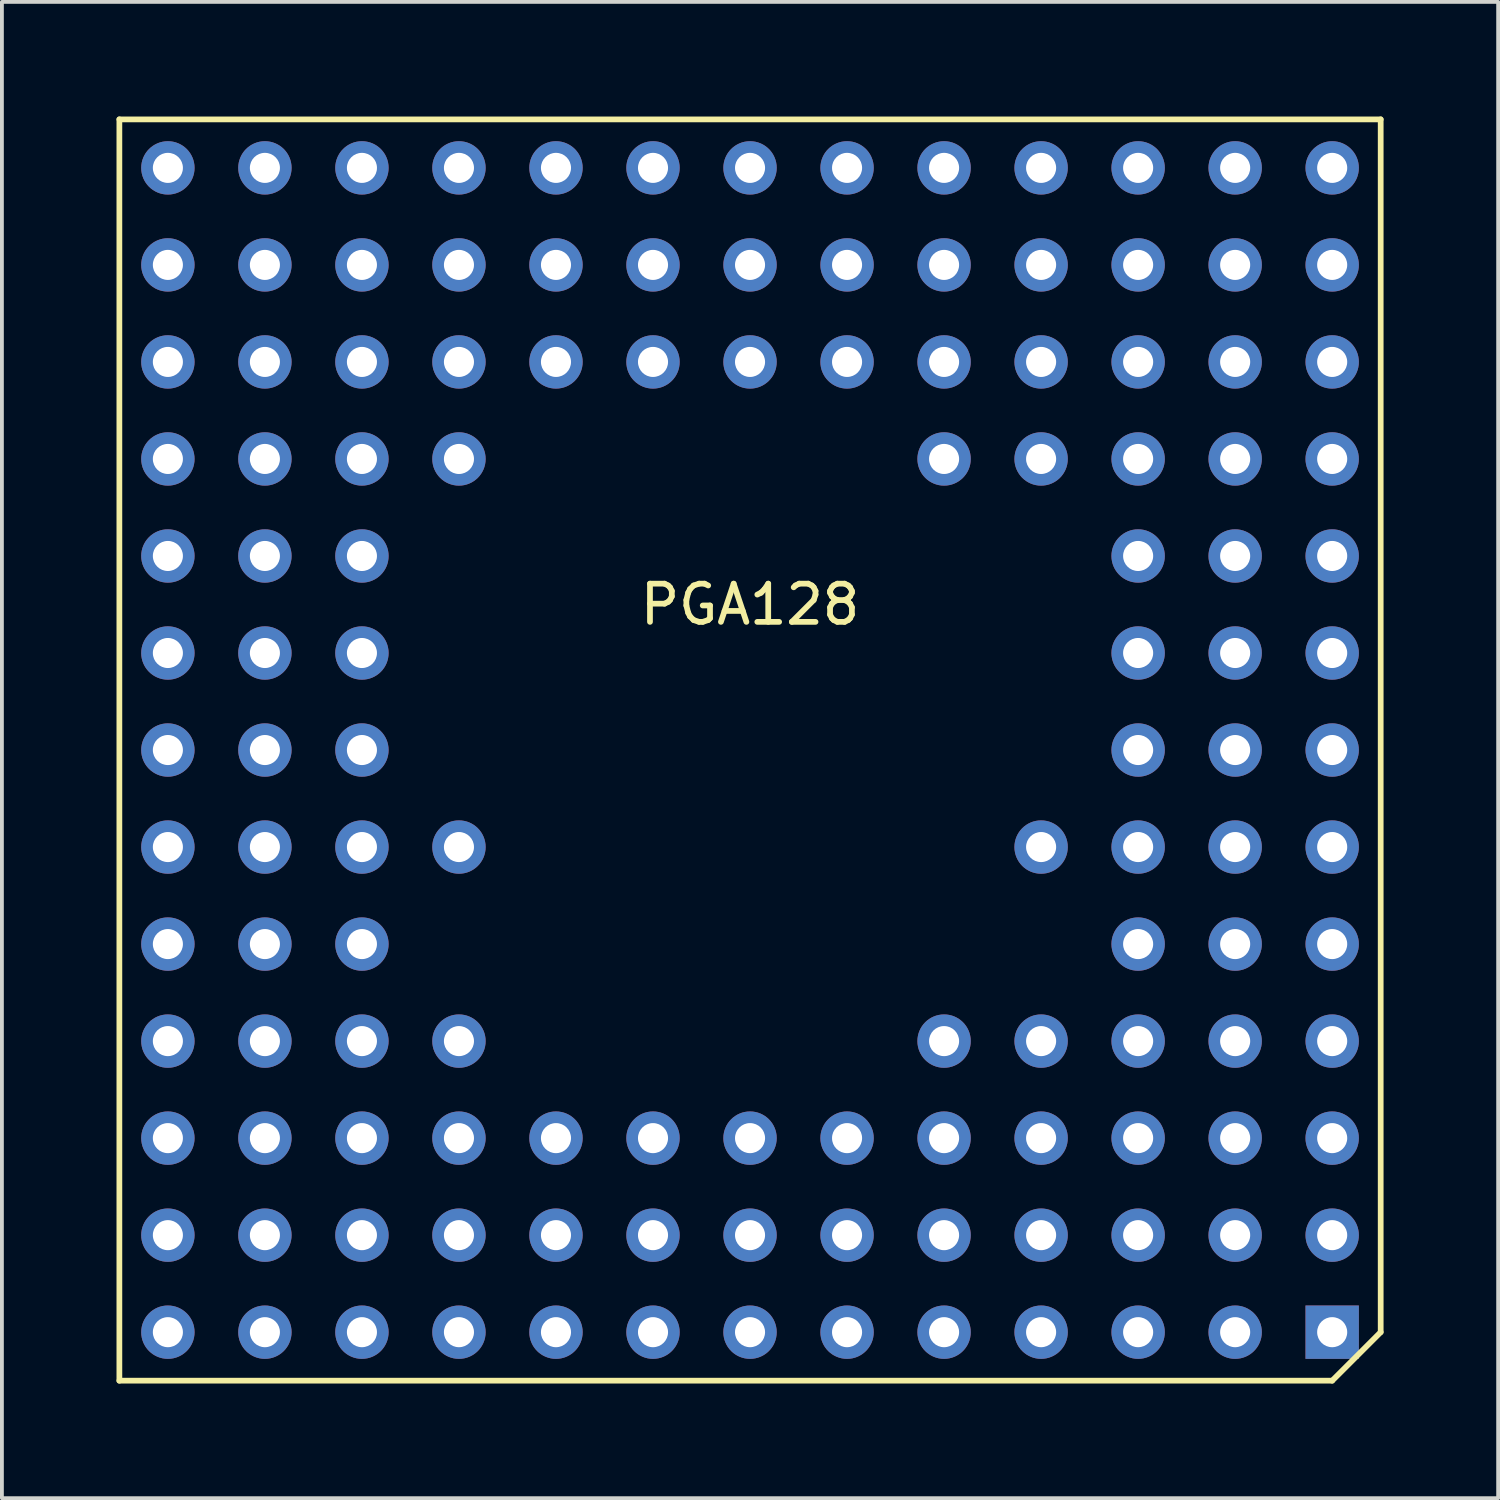
<source format=kicad_pcb>
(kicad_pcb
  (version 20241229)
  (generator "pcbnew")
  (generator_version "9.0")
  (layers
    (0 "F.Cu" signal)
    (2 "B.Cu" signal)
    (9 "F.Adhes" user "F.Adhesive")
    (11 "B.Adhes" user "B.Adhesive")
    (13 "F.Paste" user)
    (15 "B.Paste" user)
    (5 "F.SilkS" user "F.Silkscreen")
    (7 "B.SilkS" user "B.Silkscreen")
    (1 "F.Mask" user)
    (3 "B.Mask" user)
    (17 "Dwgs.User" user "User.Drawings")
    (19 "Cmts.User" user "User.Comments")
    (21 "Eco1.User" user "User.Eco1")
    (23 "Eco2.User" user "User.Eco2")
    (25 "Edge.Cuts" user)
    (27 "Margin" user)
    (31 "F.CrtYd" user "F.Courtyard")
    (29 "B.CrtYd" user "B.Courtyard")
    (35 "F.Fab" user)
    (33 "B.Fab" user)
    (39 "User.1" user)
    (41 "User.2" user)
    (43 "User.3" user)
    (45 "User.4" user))
  (footprint "PGA128"
    (layer "F.Cu")
    (at 16.585 16.585)
    (property "Reference" "PGA128" (at 0 -3.81 0) (layer "F.SilkS") (effects (font (size 1 1) (thickness 0.15))))
    (attr through_hole)
    (fp_line (start -16.51 -16.51) (end -16.51 16.51) (stroke (width 0.15) (type solid)) (layer "F.SilkS"))
    (fp_line (start -16.51 16.51) (end 15.24 16.51) (stroke (width 0.15) (type solid)) (layer "F.SilkS"))
    (fp_line (start 16.51 -16.51) (end -16.51 -16.51) (stroke (width 0.15) (type solid)) (layer "F.SilkS"))
    (fp_line (start 16.51 15.24) (end 15.24 16.51) (stroke (width 0.15) (type solid)) (layer "F.SilkS"))
    (fp_line (start 16.51 15.24) (end 16.51 -16.51) (stroke (width 0.15) (type solid)) (layer "F.SilkS"))
    (pad "A1" thru_hole rect (at 15.24 15.24) (size 1.397 1.397) (drill 0.787) (layers "*.Cu" "*.Mask"))
    (pad "A2" thru_hole circle (at 12.7 15.24) (size 1.397 1.397) (drill 0.787) (layers "*.Cu" "*.Mask"))
    (pad "A3" thru_hole circle (at 10.16 15.24) (size 1.397 1.397) (drill 0.787) (layers "*.Cu" "*.Mask"))
    (pad "A4" thru_hole circle (at 7.62 15.24) (size 1.397 1.397) (drill 0.787) (layers "*.Cu" "*.Mask"))
    (pad "A5" thru_hole circle (at 5.08 15.24) (size 1.397 1.397) (drill 0.787) (layers "*.Cu" "*.Mask"))
    (pad "A6" thru_hole circle (at 2.54 15.24) (size 1.397 1.397) (drill 0.787) (layers "*.Cu" "*.Mask"))
    (pad "A7" thru_hole circle (at 0 15.24) (size 1.397 1.397) (drill 0.787) (layers "*.Cu" "*.Mask"))
    (pad "A8" thru_hole circle (at -2.54 15.24) (size 1.397 1.397) (drill 0.787) (layers "*.Cu" "*.Mask"))
    (pad "A9" thru_hole circle (at -5.08 15.24) (size 1.397 1.397) (drill 0.787) (layers "*.Cu" "*.Mask"))
    (pad "A10" thru_hole circle (at -7.62 15.24) (size 1.397 1.397) (drill 0.787) (layers "*.Cu" "*.Mask"))
    (pad "A11" thru_hole circle (at -10.16 15.24) (size 1.397 1.397) (drill 0.787) (layers "*.Cu" "*.Mask"))
    (pad "A12" thru_hole circle (at -12.7 15.24) (size 1.397 1.397) (drill 0.787) (layers "*.Cu" "*.Mask"))
    (pad "A13" thru_hole circle (at -15.24 15.24) (size 1.397 1.397) (drill 0.787) (layers "*.Cu" "*.Mask"))
    (pad "B1" thru_hole circle (at 15.24 12.7) (size 1.397 1.397) (drill 0.787) (layers "*.Cu" "*.Mask"))
    (pad "B2" thru_hole circle (at 12.7 12.7) (size 1.397 1.397) (drill 0.787) (layers "*.Cu" "*.Mask"))
    (pad "B3" thru_hole circle (at 10.16 12.7) (size 1.397 1.397) (drill 0.787) (layers "*.Cu" "*.Mask"))
    (pad "B4" thru_hole circle (at 7.62 12.7) (size 1.397 1.397) (drill 0.787) (layers "*.Cu" "*.Mask"))
    (pad "B5" thru_hole circle (at 5.08 12.7) (size 1.397 1.397) (drill 0.787) (layers "*.Cu" "*.Mask"))
    (pad "B6" thru_hole circle (at 2.54 12.7) (size 1.397 1.397) (drill 0.787) (layers "*.Cu" "*.Mask"))
    (pad "B7" thru_hole circle (at 0 12.7) (size 1.397 1.397) (drill 0.787) (layers "*.Cu" "*.Mask"))
    (pad "B8" thru_hole circle (at -2.54 12.7) (size 1.397 1.397) (drill 0.787) (layers "*.Cu" "*.Mask"))
    (pad "B9" thru_hole circle (at -5.08 12.7) (size 1.397 1.397) (drill 0.787) (layers "*.Cu" "*.Mask"))
    (pad "B10" thru_hole circle (at -7.62 12.7) (size 1.397 1.397) (drill 0.787) (layers "*.Cu" "*.Mask"))
    (pad "B11" thru_hole circle (at -10.16 12.7) (size 1.397 1.397) (drill 0.787) (layers "*.Cu" "*.Mask"))
    (pad "B12" thru_hole circle (at -12.7 12.7) (size 1.397 1.397) (drill 0.787) (layers "*.Cu" "*.Mask"))
    (pad "B13" thru_hole circle (at -15.24 12.7) (size 1.397 1.397) (drill 0.787) (layers "*.Cu" "*.Mask"))
    (pad "C1" thru_hole circle (at 15.24 10.16) (size 1.397 1.397) (drill 0.787) (layers "*.Cu" "*.Mask"))
    (pad "C2" thru_hole circle (at 12.7 10.16) (size 1.397 1.397) (drill 0.787) (layers "*.Cu" "*.Mask"))
    (pad "C3" thru_hole circle (at 10.16 10.16) (size 1.397 1.397) (drill 0.787) (layers "*.Cu" "*.Mask"))
    (pad "C4" thru_hole circle (at 7.62 10.16) (size 1.397 1.397) (drill 0.787) (layers "*.Cu" "*.Mask"))
    (pad "C5" thru_hole circle (at 5.08 10.16) (size 1.397 1.397) (drill 0.787) (layers "*.Cu" "*.Mask"))
    (pad "C6" thru_hole circle (at 2.54 10.16) (size 1.397 1.397) (drill 0.787) (layers "*.Cu" "*.Mask"))
    (pad "C7" thru_hole circle (at 0 10.16) (size 1.397 1.397) (drill 0.787) (layers "*.Cu" "*.Mask"))
    (pad "C8" thru_hole circle (at -2.54 10.16) (size 1.397 1.397) (drill 0.787) (layers "*.Cu" "*.Mask"))
    (pad "C9" thru_hole circle (at -5.08 10.16) (size 1.397 1.397) (drill 0.787) (layers "*.Cu" "*.Mask"))
    (pad "C10" thru_hole circle (at -7.62 10.16) (size 1.397 1.397) (drill 0.787) (layers "*.Cu" "*.Mask"))
    (pad "C11" thru_hole circle (at -10.16 10.16) (size 1.397 1.397) (drill 0.787) (layers "*.Cu" "*.Mask"))
    (pad "C12" thru_hole circle (at -12.7 10.16) (size 1.397 1.397) (drill 0.787) (layers "*.Cu" "*.Mask"))
    (pad "C13" thru_hole circle (at -15.24 10.16) (size 1.397 1.397) (drill 0.787) (layers "*.Cu" "*.Mask"))
    (pad "D1" thru_hole circle (at 15.24 7.62) (size 1.397 1.397) (drill 0.787) (layers "*.Cu" "*.Mask"))
    (pad "D2" thru_hole circle (at 12.7 7.62) (size 1.397 1.397) (drill 0.787) (layers "*.Cu" "*.Mask"))
    (pad "D3" thru_hole circle (at 10.16 7.62) (size 1.397 1.397) (drill 0.787) (layers "*.Cu" "*.Mask"))
    (pad "D4" thru_hole circle (at 7.62 7.62) (size 1.397 1.397) (drill 0.787) (layers "*.Cu" "*.Mask"))
    (pad "D5" thru_hole circle (at 5.08 7.62) (size 1.397 1.397) (drill 0.787) (layers "*.Cu" "*.Mask"))
    (pad "D10" thru_hole circle (at -7.62 7.62) (size 1.397 1.397) (drill 0.787) (layers "*.Cu" "*.Mask"))
    (pad "D11" thru_hole circle (at -10.16 7.62) (size 1.397 1.397) (drill 0.787) (layers "*.Cu" "*.Mask"))
    (pad "D12" thru_hole circle (at -12.7 7.62) (size 1.397 1.397) (drill 0.787) (layers "*.Cu" "*.Mask"))
    (pad "D13" thru_hole circle (at -15.24 7.62) (size 1.397 1.397) (drill 0.787) (layers "*.Cu" "*.Mask"))
    (pad "E1" thru_hole circle (at 15.24 5.08) (size 1.397 1.397) (drill 0.787) (layers "*.Cu" "*.Mask"))
    (pad "E2" thru_hole circle (at 12.7 5.08) (size 1.397 1.397) (drill 0.787) (layers "*.Cu" "*.Mask"))
    (pad "E3" thru_hole circle (at 10.16 5.08) (size 1.397 1.397) (drill 0.787) (layers "*.Cu" "*.Mask"))
    (pad "E11" thru_hole circle (at -10.16 5.08) (size 1.397 1.397) (drill 0.787) (layers "*.Cu" "*.Mask"))
    (pad "E12" thru_hole circle (at -12.7 5.08) (size 1.397 1.397) (drill 0.787) (layers "*.Cu" "*.Mask"))
    (pad "E13" thru_hole circle (at -15.24 5.08) (size 1.397 1.397) (drill 0.787) (layers "*.Cu" "*.Mask"))
    (pad "F1" thru_hole circle (at 15.24 2.54) (size 1.397 1.397) (drill 0.787) (layers "*.Cu" "*.Mask"))
    (pad "F2" thru_hole circle (at 12.7 2.54) (size 1.397 1.397) (drill 0.787) (layers "*.Cu" "*.Mask"))
    (pad "F3" thru_hole circle (at 10.16 2.54) (size 1.397 1.397) (drill 0.787) (layers "*.Cu" "*.Mask"))
    (pad "F4" thru_hole circle (at 7.62 2.54) (size 1.397 1.397) (drill 0.787) (layers "*.Cu" "*.Mask"))
    (pad "F10" thru_hole circle (at -7.62 2.54) (size 1.397 1.397) (drill 0.787) (layers "*.Cu" "*.Mask"))
    (pad "F11" thru_hole circle (at -10.16 2.54) (size 1.397 1.397) (drill 0.787) (layers "*.Cu" "*.Mask"))
    (pad "F12" thru_hole circle (at -12.7 2.54) (size 1.397 1.397) (drill 0.787) (layers "*.Cu" "*.Mask"))
    (pad "F13" thru_hole circle (at -15.24 2.54) (size 1.397 1.397) (drill 0.787) (layers "*.Cu" "*.Mask"))
    (pad "G1" thru_hole circle (at 15.24 0) (size 1.397 1.397) (drill 0.787) (layers "*.Cu" "*.Mask"))
    (pad "G2" thru_hole circle (at 12.7 0) (size 1.397 1.397) (drill 0.787) (layers "*.Cu" "*.Mask"))
    (pad "G3" thru_hole circle (at 10.16 0) (size 1.397 1.397) (drill 0.787) (layers "*.Cu" "*.Mask"))
    (pad "G11" thru_hole circle (at -10.16 0) (size 1.397 1.397) (drill 0.787) (layers "*.Cu" "*.Mask"))
    (pad "G12" thru_hole circle (at -12.7 0) (size 1.397 1.397) (drill 0.787) (layers "*.Cu" "*.Mask"))
    (pad "G13" thru_hole circle (at -15.24 0) (size 1.397 1.397) (drill 0.787) (layers "*.Cu" "*.Mask"))
    (pad "H1" thru_hole circle (at 15.24 -2.54) (size 1.397 1.397) (drill 0.787) (layers "*.Cu" "*.Mask"))
    (pad "H2" thru_hole circle (at 12.7 -2.54) (size 1.397 1.397) (drill 0.787) (layers "*.Cu" "*.Mask"))
    (pad "H3" thru_hole circle (at 10.16 -2.54) (size 1.397 1.397) (drill 0.787) (layers "*.Cu" "*.Mask"))
    (pad "H11" thru_hole circle (at -10.16 -2.54) (size 1.397 1.397) (drill 0.787) (layers "*.Cu" "*.Mask"))
    (pad "H12" thru_hole circle (at -12.7 -2.54) (size 1.397 1.397) (drill 0.787) (layers "*.Cu" "*.Mask"))
    (pad "H13" thru_hole circle (at -15.24 -2.54) (size 1.397 1.397) (drill 0.787) (layers "*.Cu" "*.Mask"))
    (pad "J1" thru_hole circle (at 15.24 -5.08) (size 1.397 1.397) (drill 0.787) (layers "*.Cu" "*.Mask"))
    (pad "J2" thru_hole circle (at 12.7 -5.08) (size 1.397 1.397) (drill 0.787) (layers "*.Cu" "*.Mask"))
    (pad "J3" thru_hole circle (at 10.16 -5.08) (size 1.397 1.397) (drill 0.787) (layers "*.Cu" "*.Mask"))
    (pad "J11" thru_hole circle (at -10.16 -5.08) (size 1.397 1.397) (drill 0.787) (layers "*.Cu" "*.Mask"))
    (pad "J12" thru_hole circle (at -12.7 -5.08) (size 1.397 1.397) (drill 0.787) (layers "*.Cu" "*.Mask"))
    (pad "J13" thru_hole circle (at -15.24 -5.08) (size 1.397 1.397) (drill 0.787) (layers "*.Cu" "*.Mask"))
    (pad "K1" thru_hole circle (at 15.24 -7.62) (size 1.397 1.397) (drill 0.787) (layers "*.Cu" "*.Mask"))
    (pad "K2" thru_hole circle (at 12.7 -7.62) (size 1.397 1.397) (drill 0.787) (layers "*.Cu" "*.Mask"))
    (pad "K3" thru_hole circle (at 10.16 -7.62) (size 1.397 1.397) (drill 0.787) (layers "*.Cu" "*.Mask"))
    (pad "K4" thru_hole circle (at 7.62 -7.62) (size 1.397 1.397) (drill 0.787) (layers "*.Cu" "*.Mask"))
    (pad "K5" thru_hole circle (at 5.08 -7.62) (size 1.397 1.397) (drill 0.787) (layers "*.Cu" "*.Mask"))
    (pad "K10" thru_hole circle (at -7.62 -7.62) (size 1.397 1.397) (drill 0.787) (layers "*.Cu" "*.Mask"))
    (pad "K11" thru_hole circle (at -10.16 -7.62) (size 1.397 1.397) (drill 0.787) (layers "*.Cu" "*.Mask"))
    (pad "K12" thru_hole circle (at -12.7 -7.62) (size 1.397 1.397) (drill 0.787) (layers "*.Cu" "*.Mask"))
    (pad "K13" thru_hole circle (at -15.24 -7.62) (size 1.397 1.397) (drill 0.787) (layers "*.Cu" "*.Mask"))
    (pad "L1" thru_hole circle (at 15.24 -10.16) (size 1.397 1.397) (drill 0.787) (layers "*.Cu" "*.Mask"))
    (pad "L2" thru_hole circle (at 12.7 -10.16) (size 1.397 1.397) (drill 0.787) (layers "*.Cu" "*.Mask"))
    (pad "L3" thru_hole circle (at 10.16 -10.16) (size 1.397 1.397) (drill 0.787) (layers "*.Cu" "*.Mask"))
    (pad "L4" thru_hole circle (at 7.62 -10.16) (size 1.397 1.397) (drill 0.787) (layers "*.Cu" "*.Mask"))
    (pad "L5" thru_hole circle (at 5.08 -10.16) (size 1.397 1.397) (drill 0.787) (layers "*.Cu" "*.Mask"))
    (pad "L6" thru_hole circle (at 2.54 -10.16) (size 1.397 1.397) (drill 0.787) (layers "*.Cu" "*.Mask"))
    (pad "L7" thru_hole circle (at 0 -10.16) (size 1.397 1.397) (drill 0.787) (layers "*.Cu" "*.Mask"))
    (pad "L8" thru_hole circle (at -2.54 -10.16) (size 1.397 1.397) (drill 0.787) (layers "*.Cu" "*.Mask"))
    (pad "L9" thru_hole circle (at -5.08 -10.16) (size 1.397 1.397) (drill 0.787) (layers "*.Cu" "*.Mask"))
    (pad "L10" thru_hole circle (at -7.62 -10.16) (size 1.397 1.397) (drill 0.787) (layers "*.Cu" "*.Mask"))
    (pad "L11" thru_hole circle (at -10.16 -10.16) (size 1.397 1.397) (drill 0.787) (layers "*.Cu" "*.Mask"))
    (pad "L12" thru_hole circle (at -12.7 -10.16) (size 1.397 1.397) (drill 0.787) (layers "*.Cu" "*.Mask"))
    (pad "L13" thru_hole circle (at -15.24 -10.16) (size 1.397 1.397) (drill 0.787) (layers "*.Cu" "*.Mask"))
    (pad "M1" thru_hole circle (at 15.24 -12.7) (size 1.397 1.397) (drill 0.787) (layers "*.Cu" "*.Mask"))
    (pad "M2" thru_hole circle (at 12.7 -12.7) (size 1.397 1.397) (drill 0.787) (layers "*.Cu" "*.Mask"))
    (pad "M3" thru_hole circle (at 10.16 -12.7) (size 1.397 1.397) (drill 0.787) (layers "*.Cu" "*.Mask"))
    (pad "M4" thru_hole circle (at 7.62 -12.7) (size 1.397 1.397) (drill 0.787) (layers "*.Cu" "*.Mask"))
    (pad "M5" thru_hole circle (at 5.08 -12.7) (size 1.397 1.397) (drill 0.787) (layers "*.Cu" "*.Mask"))
    (pad "M6" thru_hole circle (at 2.54 -12.7) (size 1.397 1.397) (drill 0.787) (layers "*.Cu" "*.Mask"))
    (pad "M7" thru_hole circle (at 0 -12.7) (size 1.397 1.397) (drill 0.787) (layers "*.Cu" "*.Mask"))
    (pad "M8" thru_hole circle (at -2.54 -12.7) (size 1.397 1.397) (drill 0.787) (layers "*.Cu" "*.Mask"))
    (pad "M9" thru_hole circle (at -5.08 -12.7) (size 1.397 1.397) (drill 0.787) (layers "*.Cu" "*.Mask"))
    (pad "M10" thru_hole circle (at -7.62 -12.7) (size 1.397 1.397) (drill 0.787) (layers "*.Cu" "*.Mask"))
    (pad "M11" thru_hole circle (at -10.16 -12.7) (size 1.397 1.397) (drill 0.787) (layers "*.Cu" "*.Mask"))
    (pad "M12" thru_hole circle (at -12.7 -12.7) (size 1.397 1.397) (drill 0.787) (layers "*.Cu" "*.Mask"))
    (pad "M13" thru_hole circle (at -15.24 -12.7) (size 1.397 1.397) (drill 0.787) (layers "*.Cu" "*.Mask"))
    (pad "N1" thru_hole circle (at 15.24 -15.24) (size 1.397 1.397) (drill 0.787) (layers "*.Cu" "*.Mask"))
    (pad "N2" thru_hole circle (at 12.7 -15.24) (size 1.397 1.397) (drill 0.787) (layers "*.Cu" "*.Mask"))
    (pad "N3" thru_hole circle (at 10.16 -15.24) (size 1.397 1.397) (drill 0.787) (layers "*.Cu" "*.Mask"))
    (pad "N4" thru_hole circle (at 7.62 -15.24) (size 1.397 1.397) (drill 0.787) (layers "*.Cu" "*.Mask"))
    (pad "N5" thru_hole circle (at 5.08 -15.24) (size 1.397 1.397) (drill 0.787) (layers "*.Cu" "*.Mask"))
    (pad "N6" thru_hole circle (at 2.54 -15.24) (size 1.397 1.397) (drill 0.787) (layers "*.Cu" "*.Mask"))
    (pad "N7" thru_hole circle (at 0 -15.24) (size 1.397 1.397) (drill 0.787) (layers "*.Cu" "*.Mask"))
    (pad "N8" thru_hole circle (at -2.54 -15.24) (size 1.397 1.397) (drill 0.787) (layers "*.Cu" "*.Mask"))
    (pad "N9" thru_hole circle (at -5.08 -15.24) (size 1.397 1.397) (drill 0.787) (layers "*.Cu" "*.Mask"))
    (pad "N10" thru_hole circle (at -7.62 -15.24) (size 1.397 1.397) (drill 0.787) (layers "*.Cu" "*.Mask"))
    (pad "N11" thru_hole circle (at -10.16 -15.24) (size 1.397 1.397) (drill 0.787) (layers "*.Cu" "*.Mask"))
    (pad "N12" thru_hole circle (at -12.7 -15.24) (size 1.397 1.397) (drill 0.787) (layers "*.Cu" "*.Mask"))
    (pad "N13" thru_hole circle (at -15.24 -15.24) (size 1.397 1.397) (drill 0.787) (layers "*.Cu" "*.Mask")))
  (gr_rect
    (start -3 -3)
    (end 36.17 36.17)
    (stroke (width 0.1) (type default))
    (fill no)
    (layer "Edge.Cuts")))
</source>
